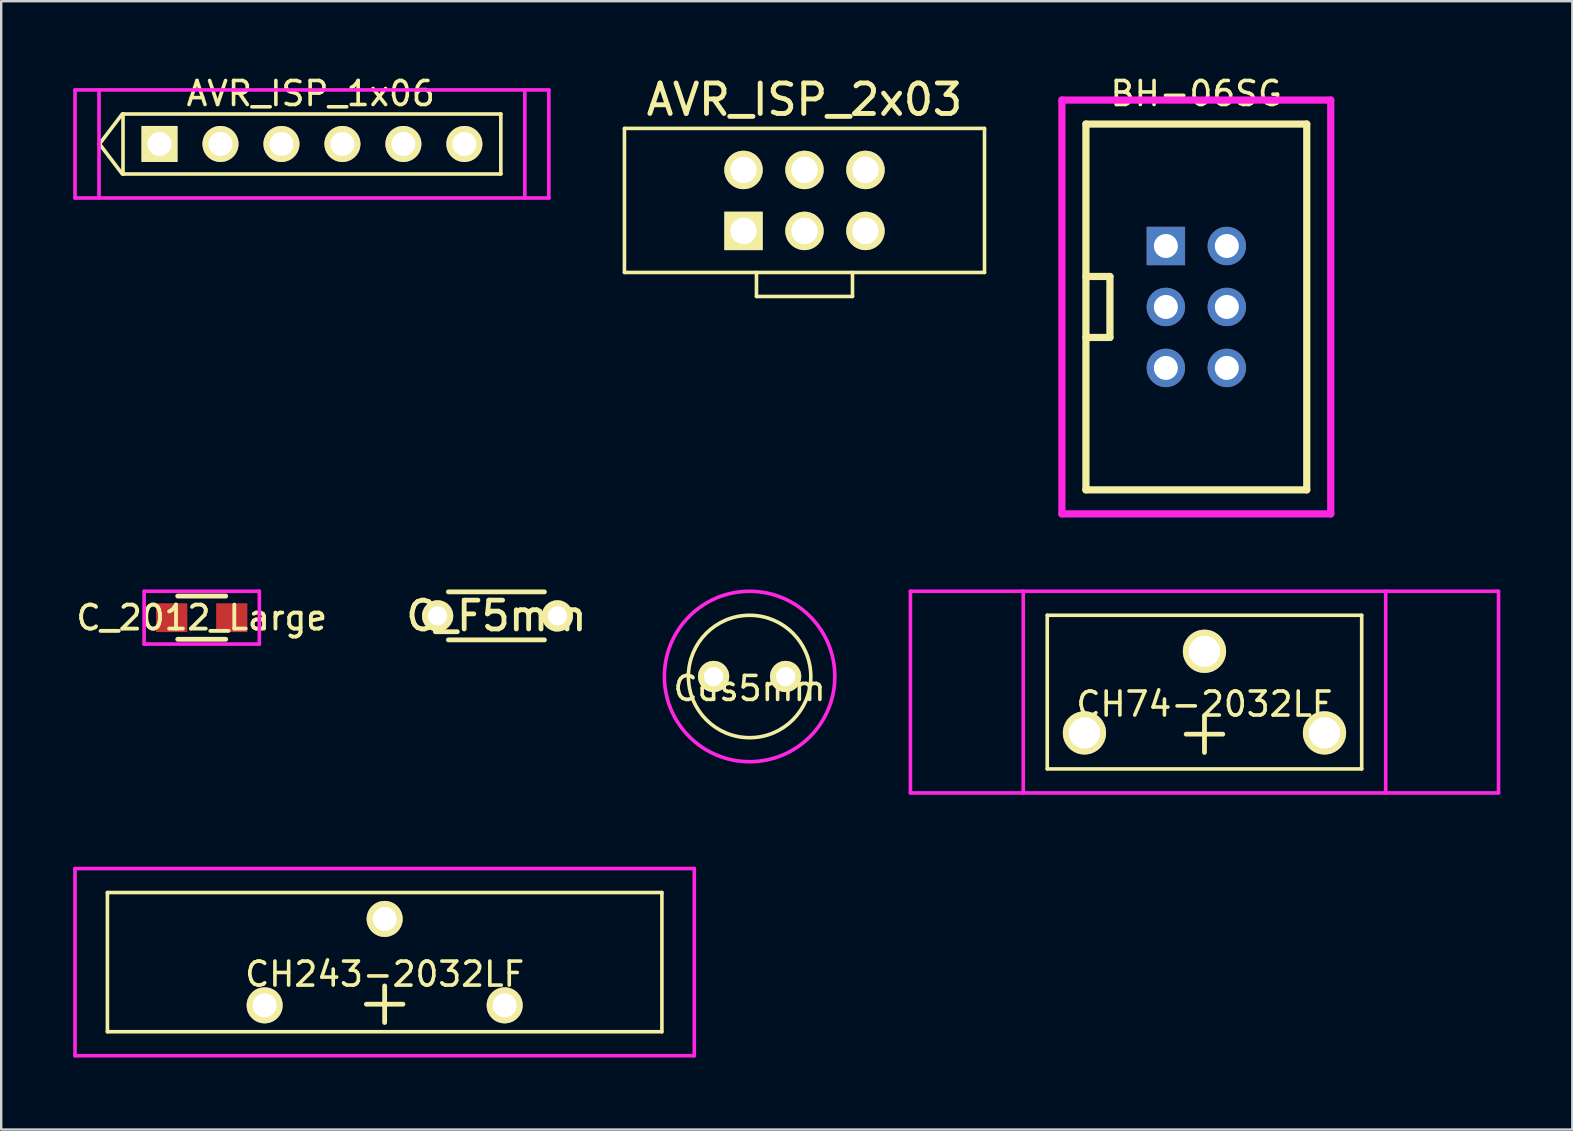
<source format=kicad_pcb>
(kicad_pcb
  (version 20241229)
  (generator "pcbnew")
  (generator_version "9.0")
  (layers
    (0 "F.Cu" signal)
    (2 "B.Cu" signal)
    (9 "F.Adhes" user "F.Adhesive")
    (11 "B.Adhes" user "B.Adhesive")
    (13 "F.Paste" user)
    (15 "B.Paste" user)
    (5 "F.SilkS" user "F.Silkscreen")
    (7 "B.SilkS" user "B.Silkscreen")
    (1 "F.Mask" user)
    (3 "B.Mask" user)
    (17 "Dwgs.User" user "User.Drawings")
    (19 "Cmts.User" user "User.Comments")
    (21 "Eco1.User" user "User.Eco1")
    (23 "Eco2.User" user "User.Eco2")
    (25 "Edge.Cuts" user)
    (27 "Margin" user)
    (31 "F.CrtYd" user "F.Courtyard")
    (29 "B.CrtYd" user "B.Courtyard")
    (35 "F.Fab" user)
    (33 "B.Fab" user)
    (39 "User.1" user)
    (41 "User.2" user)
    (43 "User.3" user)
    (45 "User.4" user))
  (footprint "AVR_ISP_2x03"
    (layer "F.Cu")
    (at 30.465 5.3)
    (property "Reference" "AVR_ISP_2x03" (at 0 -4.2 0) (layer "F.SilkS") (effects (font (size 1.27 1.27) (thickness 0.203))))
    (attr through_hole)
    (fp_line (start -7.5 -3) (end -7.5 3) (stroke (width 0.15) (type solid)) (layer "F.SilkS"))
    (fp_line (start -7.5 -3) (end 7.5 -3) (stroke (width 0.15) (type solid)) (layer "F.SilkS"))
    (fp_line (start -7.5 3) (end 7.5 3) (stroke (width 0.15) (type solid)) (layer "F.SilkS"))
    (fp_line (start -2 3) (end -2 4) (stroke (width 0.15) (type solid)) (layer "F.SilkS"))
    (fp_line (start -2 4) (end 2 4) (stroke (width 0.15) (type solid)) (layer "F.SilkS"))
    (fp_line (start 2 4) (end 2 3) (stroke (width 0.15) (type solid)) (layer "F.SilkS"))
    (fp_line (start 7.5 3) (end 7.5 -3) (stroke (width 0.15) (type solid)) (layer "F.SilkS"))
    (pad "1" thru_hole rect (at -2.54 1.27) (size 1.6 1.6) (drill 1.1) (layers "*.Cu" "*.Mask" "F.SilkS"))
    (pad "2" thru_hole circle (at -2.54 -1.27) (size 1.6 1.6) (drill 1.1) (layers "*.Cu" "*.Mask" "F.SilkS"))
    (pad "3" thru_hole circle (at 0 1.27) (size 1.6 1.6) (drill 1.1) (layers "*.Cu" "*.Mask" "F.SilkS"))
    (pad "4" thru_hole circle (at 0 -1.27) (size 1.6 1.6) (drill 1.1) (layers "*.Cu" "*.Mask" "F.SilkS"))
    (pad "5" thru_hole circle (at 2.54 1.27) (size 1.6 1.6) (drill 1.1) (layers "*.Cu" "*.Mask" "F.SilkS"))
    (pad "6" thru_hole circle (at 2.54 -1.27) (size 1.6 1.6) (drill 1.1) (layers "*.Cu" "*.Mask" "F.SilkS")))
  (footprint "AVR_ISP_1x06"
    (layer "F.Cu")
    (at 3.595 2.948)
    (property "Reference" "AVR_ISP_1x06" (at 6.3 -2.1 0) (layer "F.SilkS") (effects (font (size 1 1) (thickness 0.15))))
    (attr through_hole)
    (fp_line (start -2.5 0) (end -1.55 1.25) (stroke (width 0.15) (type solid)) (layer "F.SilkS"))
    (fp_line (start -1.55 -1.25) (end -2.5 0) (stroke (width 0.15) (type solid)) (layer "F.SilkS"))
    (fp_line (start -1.52 -1.25) (end 14.22 -1.25) (stroke (width 0.15) (type solid)) (layer "F.SilkS"))
    (fp_line (start -1.52 1.25) (end -1.52 -1.25) (stroke (width 0.15) (type solid)) (layer "F.SilkS"))
    (fp_line (start 14.22 -1.25) (end 14.22 1.25) (stroke (width 0.15) (type solid)) (layer "F.SilkS"))
    (fp_line (start 14.22 1.25) (end -1.52 1.25) (stroke (width 0.15) (type solid)) (layer "F.SilkS"))
    (fp_line (start -3.52 -2.25) (end 16.22 -2.25) (stroke (width 0.15) (type solid)) (layer "F.CrtYd"))
    (fp_line (start -3.52 2.25) (end -3.52 -2.25) (stroke (width 0.15) (type solid)) (layer "F.CrtYd"))
    (fp_line (start -2.52 2.25) (end -2.52 -2.25) (stroke (width 0.15) (type solid)) (layer "F.CrtYd"))
    (fp_line (start 15.22 -2.25) (end 15.22 2.25) (stroke (width 0.15) (type solid)) (layer "F.CrtYd"))
    (fp_line (start 16.22 -2.25) (end 16.22 2.25) (stroke (width 0.15) (type solid)) (layer "F.CrtYd"))
    (fp_line (start 16.22 2.25) (end -3.52 2.25) (stroke (width 0.15) (type solid)) (layer "F.CrtYd"))
    (pad "1" thru_hole circle (at 2.54 0) (size 1.5 1.5) (drill 1) (layers "*.Cu" "*.Mask" "F.SilkS"))
    (pad "2" thru_hole rect (at 0 0) (size 1.5 1.5) (drill 1) (layers "*.Cu" "*.Mask" "F.SilkS"))
    (pad "3" thru_hole circle (at 7.62 0) (size 1.5 1.5) (drill 1) (layers "*.Cu" "*.Mask" "F.SilkS"))
    (pad "4" thru_hole circle (at 5.08 0) (size 1.5 1.5) (drill 1) (layers "*.Cu" "*.Mask" "F.SilkS"))
    (pad "5" thru_hole circle (at 10.16 0) (size 1.5 1.5) (drill 1) (layers "*.Cu" "*.Mask" "F.SilkS"))
    (pad "6" thru_hole circle (at 12.7 0) (size 1.5 1.5) (drill 1) (layers "*.Cu" "*.Mask" "F.SilkS")))
  (footprint "C_2012_Large"
    (layer "F.Cu")
    (at 5.354 22.683)
    (property "Reference" "C_2012_Large" (at 0 0 0) (layer "F.SilkS") (effects (font (size 1 1) (thickness 0.16))))
    (attr through_hole)
    (fp_line (start -1 -0.9) (end 1 -0.9) (stroke (width 0.2) (type solid)) (layer "F.SilkS"))
    (fp_line (start -1 0.9) (end 1 0.9) (stroke (width 0.2) (type solid)) (layer "F.SilkS"))
    (fp_line (start -2.4 -1.1) (end 2.4 -1.1) (stroke (width 0.15) (type solid)) (layer "F.CrtYd"))
    (fp_line (start -2.4 1.1) (end -2.4 -1.1) (stroke (width 0.15) (type solid)) (layer "F.CrtYd"))
    (fp_line (start 2.4 -1.1) (end 2.4 1.1) (stroke (width 0.15) (type solid)) (layer "F.CrtYd"))
    (fp_line (start 2.4 1.1) (end -2.4 1.1) (stroke (width 0.15) (type solid)) (layer "F.CrtYd"))
    (pad "1" smd rect (at -1 0) (size 1.3 1.2) (drill (offset -0.25 0)) (layers "F.Cu" "F.Mask" "F.Paste"))
    (pad "2" smd rect (at 1 0) (size 1.3 1.2) (drill (offset 0.25 0)) (layers "F.Cu" "F.Mask" "F.Paste")))
  (footprint "Cds5mm"
    (layer "F.Cu")
    (at 28.179 25.133)
    (property "Reference" "Cds5mm" (at 0 0.5 0) (layer "F.SilkS") (effects (font (size 1 1) (thickness 0.15))))
    (attr through_hole)
    (fp_circle (center 0 0) (end 2.55 0) (stroke (width 0.15) (type solid)) (fill no) (layer "F.SilkS"))
    (fp_circle (center 0 0) (end 3.55 0) (stroke (width 0.15) (type solid)) (fill no) (layer "F.CrtYd"))
    (pad "1" thru_hole circle (at -1.5 0) (size 1.3 1.3) (drill 0.8) (layers "*.Cu" "*.Mask" "F.SilkS"))
    (pad "2" thru_hole circle (at 1.5 0) (size 1.3 1.3) (drill 0.8) (layers "*.Cu" "*.Mask" "F.SilkS")))
  (footprint "CH243-2032LF"
    (layer "F.Cu")
    (at 12.975 37.033)
    (property "Reference" "CH243-2032LF" (at 0 0.5 0) (layer "F.SilkS") (effects (font (size 1 1) (thickness 0.15))))
    (attr through_hole)
    (fp_line (start -11.55 -2.9) (end 11.55 -2.9) (stroke (width 0.15) (type solid)) (layer "F.SilkS"))
    (fp_line (start -11.55 2.9) (end -11.55 -2.9) (stroke (width 0.15) (type solid)) (layer "F.SilkS"))
    (fp_line (start 11.55 -2.9) (end 11.55 2.9) (stroke (width 0.15) (type solid)) (layer "F.SilkS"))
    (fp_line (start 11.55 2.9) (end -11.55 2.9) (stroke (width 0.15) (type solid)) (layer "F.SilkS"))
    (fp_line (start -12.9 -3.9) (end -12.9 3.9) (stroke (width 0.15) (type solid)) (layer "F.CrtYd"))
    (fp_line (start -12.9 -3.9) (end 12.9 -3.9) (stroke (width 0.15) (type solid)) (layer "F.CrtYd"))
    (fp_line (start -12.9 3.9) (end 12.9 3.9) (stroke (width 0.15) (type solid)) (layer "F.CrtYd"))
    (fp_line (start 12.9 -3.9) (end 12.9 3.9) (stroke (width 0.15) (type solid)) (layer "F.CrtYd"))
    (fp_text user "+" (at 0 1.6 0) (layer "F.SilkS") (effects (font (size 2 2) (thickness 0.2))))
    (pad "1" thru_hole circle (at -5 1.8) (size 1.5 1.5) (drill 1) (layers "*.Cu" "*.Mask" "F.SilkS"))
    (pad "1" thru_hole circle (at 5 1.8) (size 1.5 1.5) (drill 1) (layers "*.Cu" "*.Mask" "F.SilkS"))
    (pad "2" thru_hole circle (at 0 -1.8) (size 1.5 1.5) (drill 1) (layers "*.Cu" "*.Mask" "F.SilkS")))
  (footprint "CH74-2032LF"
    (layer "F.Cu")
    (at 47.129 25.783)
    (property "Reference" "CH74-2032LF" (at 0 0.5 0) (layer "F.SilkS") (effects (font (size 1 1) (thickness 0.15))))
    (attr through_hole)
    (fp_line (start -6.55 -3.2) (end 6.55 -3.2) (stroke (width 0.15) (type solid)) (layer "F.SilkS"))
    (fp_line (start -6.55 3.2) (end -6.55 -3.2) (stroke (width 0.15) (type solid)) (layer "F.SilkS"))
    (fp_line (start 6.55 -3.2) (end 6.55 3.2) (stroke (width 0.15) (type solid)) (layer "F.SilkS"))
    (fp_line (start 6.55 3.2) (end -6.55 3.2) (stroke (width 0.15) (type solid)) (layer "F.SilkS"))
    (fp_line (start -12.25 -4.2) (end -12.25 4.2) (stroke (width 0.15) (type solid)) (layer "F.CrtYd"))
    (fp_line (start -12.25 -4.2) (end 12.25 -4.2) (stroke (width 0.15) (type solid)) (layer "F.CrtYd"))
    (fp_line (start -12.25 4.2) (end 12.25 4.2) (stroke (width 0.15) (type solid)) (layer "F.CrtYd"))
    (fp_line (start -7.55 -4.2) (end -7.55 4.2) (stroke (width 0.15) (type solid)) (layer "F.CrtYd"))
    (fp_line (start 7.55 -4.2) (end 7.55 4.2) (stroke (width 0.15) (type solid)) (layer "F.CrtYd"))
    (fp_line (start 12.25 -4.2) (end 12.25 4.2) (stroke (width 0.15) (type solid)) (layer "F.CrtYd"))
    (fp_text user "+" (at 0 1.6 0) (layer "F.SilkS") (effects (font (size 2 2) (thickness 0.2))))
    (pad "1" thru_hole circle (at -5 1.7) (size 1.8 1.8) (drill 1.3) (layers "*.Cu" "*.Mask" "F.SilkS"))
    (pad "1" thru_hole circle (at 5 1.7) (size 1.8 1.8) (drill 1.3) (layers "*.Cu" "*.Mask" "F.SilkS"))
    (pad "2" thru_hole circle (at 0 -1.7) (size 1.8 1.8) (drill 1.3) (layers "*.Cu" "*.Mask" "F.SilkS")))
  (footprint "BH-06SG"
    (layer "F.Cu")
    (at 46.79 9.738)
    (property "Reference" "BH-06SG" (at 0 -8.89 0) (layer "F.SilkS") (effects (font (size 1 1) (thickness 0.15))))
    (attr through_hole)
    (fp_line (start -4.6 -7.62) (end 4.6 -7.62) (stroke (width 0.3) (type solid)) (layer "F.SilkS"))
    (fp_line (start -4.6 -1.27) (end -3.6 -1.27) (stroke (width 0.3) (type solid)) (layer "F.SilkS"))
    (fp_line (start -4.6 7.62) (end -4.6 -7.62) (stroke (width 0.3) (type solid)) (layer "F.SilkS"))
    (fp_line (start -3.6 -1.27) (end -3.6 1.27) (stroke (width 0.3) (type solid)) (layer "F.SilkS"))
    (fp_line (start -3.6 1.27) (end -4.6 1.27) (stroke (width 0.3) (type solid)) (layer "F.SilkS"))
    (fp_line (start 4.6 -7.62) (end 4.6 7.62) (stroke (width 0.3) (type solid)) (layer "F.SilkS"))
    (fp_line (start 4.6 7.62) (end -4.6 7.62) (stroke (width 0.3) (type solid)) (layer "F.SilkS"))
    (fp_line (start -5.6 -8.62) (end 5.6 -8.62) (stroke (width 0.3) (type solid)) (layer "F.CrtYd"))
    (fp_line (start -5.6 8.62) (end -5.6 -8.62) (stroke (width 0.3) (type solid)) (layer "F.CrtYd"))
    (fp_line (start 5.6 -8.62) (end 5.6 8.62) (stroke (width 0.3) (type solid)) (layer "F.CrtYd"))
    (fp_line (start 5.6 8.62) (end -5.6 8.62) (stroke (width 0.3) (type solid)) (layer "F.CrtYd"))
    (pad "1" thru_hole rect (at -1.27 -2.54) (size 1.6 1.6) (drill 1) (layers "*.Cu" "*.Mask"))
    (pad "2" thru_hole circle (at 1.27 -2.54) (size 1.6 1.6) (drill 1) (layers "*.Cu" "*.Mask"))
    (pad "3" thru_hole circle (at -1.27 0) (size 1.6 1.6) (drill 1) (layers "*.Cu" "*.Mask"))
    (pad "4" thru_hole circle (at 1.27 0) (size 1.6 1.6) (drill 1) (layers "*.Cu" "*.Mask"))
    (pad "5" thru_hole circle (at -1.27 2.54) (size 1.6 1.6) (drill 1) (layers "*.Cu" "*.Mask"))
    (pad "6" thru_hole circle (at 1.27 2.54) (size 1.6 1.6) (drill 1) (layers "*.Cu" "*.Mask")))
  (footprint "C_F5mm"
    (layer "F.Cu")
    (at 17.631 22.608)
    (property "Reference" "C_F5mm" (at 0 0 0) (layer "F.SilkS") (effects (font (size 1.2 1.2) (thickness 0.2))))
    (attr through_hole)
    (fp_line (start -2 -1) (end 2 -1) (stroke (width 0.2) (type solid)) (layer "F.SilkS"))
    (fp_line (start -2 1) (end 2 1) (stroke (width 0.2) (type solid)) (layer "F.SilkS"))
    (pad "1" thru_hole circle (at -2.45 0) (size 1.3 1.3) (drill 0.8) (layers "*.Cu" "*.Mask" "F.SilkS"))
    (pad "2" thru_hole circle (at 2.54 0) (size 1.3 1.3) (drill 0.8) (layers "*.Cu" "*.Mask" "F.SilkS")))
  (gr_rect
    (start -3 -3)
    (end 62.454 44.008)
    (stroke (width 0.1) (type default))
    (fill no)
    (layer "Edge.Cuts")))
</source>
